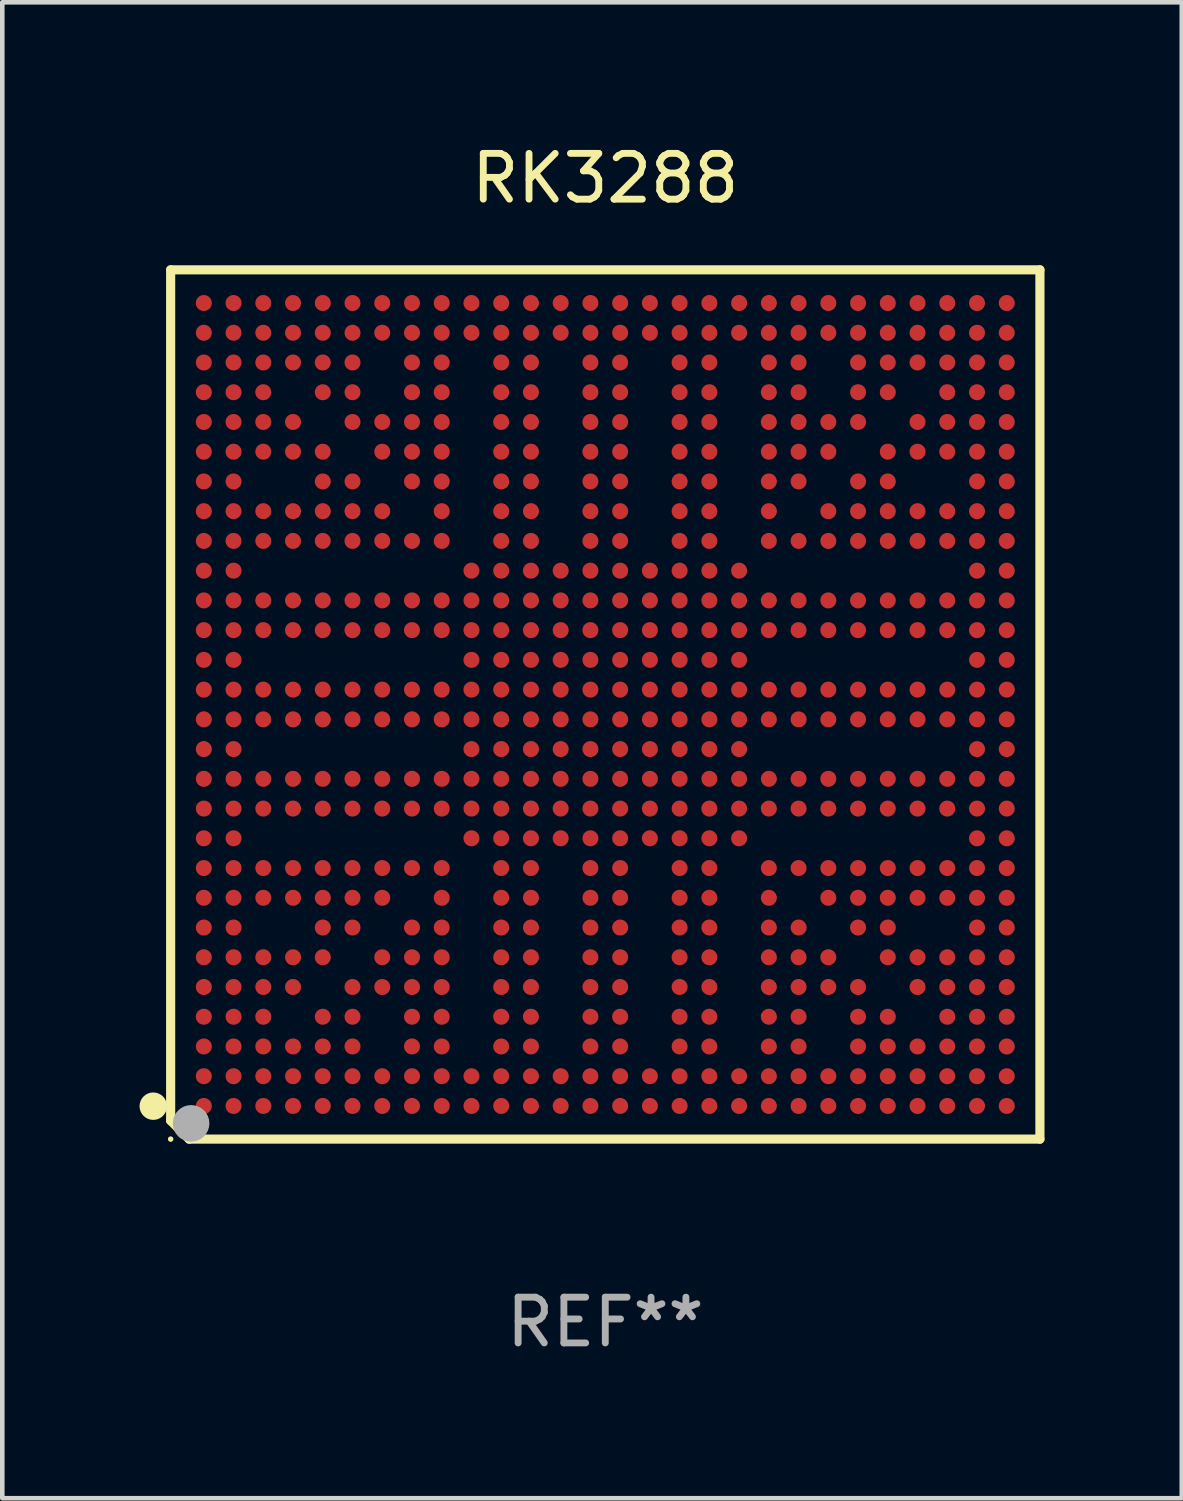
<source format=kicad_pcb>
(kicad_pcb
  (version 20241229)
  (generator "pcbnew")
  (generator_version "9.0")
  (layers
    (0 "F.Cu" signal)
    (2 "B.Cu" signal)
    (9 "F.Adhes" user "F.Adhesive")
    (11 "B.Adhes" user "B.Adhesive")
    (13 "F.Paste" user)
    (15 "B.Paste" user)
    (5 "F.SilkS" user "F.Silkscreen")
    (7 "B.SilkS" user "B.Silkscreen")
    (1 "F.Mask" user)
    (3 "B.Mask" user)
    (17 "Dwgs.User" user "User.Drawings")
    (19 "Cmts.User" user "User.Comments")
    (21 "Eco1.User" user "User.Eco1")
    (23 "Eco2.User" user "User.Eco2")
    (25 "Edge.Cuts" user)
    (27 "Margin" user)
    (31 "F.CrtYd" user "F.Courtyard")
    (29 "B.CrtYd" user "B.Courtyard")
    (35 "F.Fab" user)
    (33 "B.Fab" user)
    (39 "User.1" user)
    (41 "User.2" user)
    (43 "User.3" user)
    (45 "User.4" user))
  (footprint "RK3288"
    (layer "F.Cu")
    (at 10.18 12.348)
    (property "Reference" "RK3288" (at 0 -11.5 0) (layer "F.SilkS") (effects (font (size 1 1) (thickness 0.15))))
    (attr through_hole)
    (fp_line (start -9.5 -9.5) (end -9.5 9.095) (stroke (width 0.2) (type solid)) (layer "F.SilkS"))
    (fp_line (start -9.5 9.095) (end -9.095 9.5) (stroke (width 0.2) (type solid)) (layer "F.SilkS"))
    (fp_line (start -9.095 9.5) (end 9.5 9.5) (stroke (width 0.2) (type solid)) (layer "F.SilkS"))
    (fp_line (start 9.5 -9.5) (end -9.5 -9.5) (stroke (width 0.2) (type solid)) (layer "F.SilkS"))
    (fp_line (start 9.5 9.5) (end 9.5 -9.5) (stroke (width 0.2) (type solid)) (layer "F.SilkS"))
    (fp_circle (center -9.88 8.78) (end -9.73 8.78) (stroke (width 0.3) (type solid)) (fill no) (layer "F.SilkS"))
    (fp_circle (center -9.5 9.5) (end -9.47 9.5) (stroke (width 0.06) (type solid)) (fill no) (layer "F.SilkS"))
    (fp_circle (center -9.053 9.156) (end -8.853 9.156) (stroke (width 0.4) (type solid)) (fill no) (layer "F.Fab"))
    (fp_text user "REF**" (at 0 13.5 0) (layer "F.Fab") (effects (font (size 1 1) (thickness 0.15))))
    (pad "A1" smd circle (at -8.775 8.775) (size 0.35 0.35) (layers "F.Cu" "F.Mask" "F.Paste"))
    (pad "A2" smd circle (at -8.775 8.125) (size 0.35 0.35) (layers "F.Cu" "F.Mask" "F.Paste"))
    (pad "A3" smd circle (at -8.775 7.475) (size 0.35 0.35) (layers "F.Cu" "F.Mask" "F.Paste"))
    (pad "A4" smd circle (at -8.775 6.825) (size 0.35 0.35) (layers "F.Cu" "F.Mask" "F.Paste"))
    (pad "A5" smd circle (at -8.775 6.175) (size 0.35 0.35) (layers "F.Cu" "F.Mask" "F.Paste"))
    (pad "A6" smd circle (at -8.775 5.525) (size 0.35 0.35) (layers "F.Cu" "F.Mask" "F.Paste"))
    (pad "A7" smd circle (at -8.775 4.875) (size 0.35 0.35) (layers "F.Cu" "F.Mask" "F.Paste"))
    (pad "A8" smd circle (at -8.775 4.225) (size 0.35 0.35) (layers "F.Cu" "F.Mask" "F.Paste"))
    (pad "A9" smd circle (at -8.775 3.575) (size 0.35 0.35) (layers "F.Cu" "F.Mask" "F.Paste"))
    (pad "A10" smd circle (at -8.775 2.925) (size 0.35 0.35) (layers "F.Cu" "F.Mask" "F.Paste"))
    (pad "A11" smd circle (at -8.775 2.275) (size 0.35 0.35) (layers "F.Cu" "F.Mask" "F.Paste"))
    (pad "A12" smd circle (at -8.775 1.625) (size 0.35 0.35) (layers "F.Cu" "F.Mask" "F.Paste"))
    (pad "A13" smd circle (at -8.775 0.975) (size 0.35 0.35) (layers "F.Cu" "F.Mask" "F.Paste"))
    (pad "A14" smd circle (at -8.775 0.325) (size 0.35 0.35) (layers "F.Cu" "F.Mask" "F.Paste"))
    (pad "A15" smd circle (at -8.775 -0.325) (size 0.35 0.35) (layers "F.Cu" "F.Mask" "F.Paste"))
    (pad "A16" smd circle (at -8.775 -0.975) (size 0.35 0.35) (layers "F.Cu" "F.Mask" "F.Paste"))
    (pad "A17" smd circle (at -8.775 -1.625) (size 0.35 0.35) (layers "F.Cu" "F.Mask" "F.Paste"))
    (pad "A18" smd circle (at -8.775 -2.275) (size 0.35 0.35) (layers "F.Cu" "F.Mask" "F.Paste"))
    (pad "A19" smd circle (at -8.775 -2.925) (size 0.35 0.35) (layers "F.Cu" "F.Mask" "F.Paste"))
    (pad "A20" smd circle (at -8.775 -3.575) (size 0.35 0.35) (layers "F.Cu" "F.Mask" "F.Paste"))
    (pad "A21" smd circle (at -8.775 -4.225) (size 0.35 0.35) (layers "F.Cu" "F.Mask" "F.Paste"))
    (pad "A22" smd circle (at -8.775 -4.875) (size 0.35 0.35) (layers "F.Cu" "F.Mask" "F.Paste"))
    (pad "A23" smd circle (at -8.775 -5.525) (size 0.35 0.35) (layers "F.Cu" "F.Mask" "F.Paste"))
    (pad "A24" smd circle (at -8.775 -6.175) (size 0.35 0.35) (layers "F.Cu" "F.Mask" "F.Paste"))
    (pad "A25" smd circle (at -8.775 -6.825) (size 0.35 0.35) (layers "F.Cu" "F.Mask" "F.Paste"))
    (pad "A26" smd circle (at -8.775 -7.475) (size 0.35 0.35) (layers "F.Cu" "F.Mask" "F.Paste"))
    (pad "A27" smd circle (at -8.775 -8.125) (size 0.35 0.35) (layers "F.Cu" "F.Mask" "F.Paste"))
    (pad "A28" smd circle (at -8.775 -8.775) (size 0.35 0.35) (layers "F.Cu" "F.Mask" "F.Paste"))
    (pad "AA1" smd circle (at 4.225 8.775) (size 0.35 0.35) (layers "F.Cu" "F.Mask" "F.Paste"))
    (pad "AA2" smd circle (at 4.225 8.125) (size 0.35 0.35) (layers "F.Cu" "F.Mask" "F.Paste"))
    (pad "AA3" smd circle (at 4.225 7.475) (size 0.35 0.35) (layers "F.Cu" "F.Mask" "F.Paste"))
    (pad "AA4" smd circle (at 4.225 6.825) (size 0.35 0.35) (layers "F.Cu" "F.Mask" "F.Paste"))
    (pad "AA5" smd circle (at 4.225 6.175) (size 0.35 0.35) (layers "F.Cu" "F.Mask" "F.Paste"))
    (pad "AA6" smd circle (at 4.225 5.525) (size 0.35 0.35) (layers "F.Cu" "F.Mask" "F.Paste"))
    (pad "AA7" smd circle (at 4.225 4.875) (size 0.35 0.35) (layers "F.Cu" "F.Mask" "F.Paste"))
    (pad "AA9" smd circle (at 4.225 3.575) (size 0.35 0.35) (layers "F.Cu" "F.Mask" "F.Paste"))
    (pad "AA11" smd circle (at 4.225 2.275) (size 0.35 0.35) (layers "F.Cu" "F.Mask" "F.Paste"))
    (pad "AA12" smd circle (at 4.225 1.625) (size 0.35 0.35) (layers "F.Cu" "F.Mask" "F.Paste"))
    (pad "AA14" smd circle (at 4.225 0.325) (size 0.35 0.35) (layers "F.Cu" "F.Mask" "F.Paste"))
    (pad "AA15" smd circle (at 4.225 -0.325) (size 0.35 0.35) (layers "F.Cu" "F.Mask" "F.Paste"))
    (pad "AA17" smd circle (at 4.225 -1.625) (size 0.35 0.35) (layers "F.Cu" "F.Mask" "F.Paste"))
    (pad "AA18" smd circle (at 4.225 -2.275) (size 0.35 0.35) (layers "F.Cu" "F.Mask" "F.Paste"))
    (pad "AA20" smd circle (at 4.225 -3.575) (size 0.35 0.35) (layers "F.Cu" "F.Mask" "F.Paste"))
    (pad "AA22" smd circle (at 4.225 -4.875) (size 0.35 0.35) (layers "F.Cu" "F.Mask" "F.Paste"))
    (pad "AA23" smd circle (at 4.225 -5.525) (size 0.35 0.35) (layers "F.Cu" "F.Mask" "F.Paste"))
    (pad "AA24" smd circle (at 4.225 -6.175) (size 0.35 0.35) (layers "F.Cu" "F.Mask" "F.Paste"))
    (pad "AA25" smd circle (at 4.225 -6.825) (size 0.35 0.35) (layers "F.Cu" "F.Mask" "F.Paste"))
    (pad "AA26" smd circle (at 4.225 -7.475) (size 0.35 0.35) (layers "F.Cu" "F.Mask" "F.Paste"))
    (pad "AA27" smd circle (at 4.225 -8.125) (size 0.35 0.35) (layers "F.Cu" "F.Mask" "F.Paste"))
    (pad "AA28" smd circle (at 4.225 -8.775) (size 0.35 0.35) (layers "F.Cu" "F.Mask" "F.Paste"))
    (pad "AB1" smd circle (at 4.875 8.775) (size 0.35 0.35) (layers "F.Cu" "F.Mask" "F.Paste"))
    (pad "AB2" smd circle (at 4.875 8.125) (size 0.35 0.35) (layers "F.Cu" "F.Mask" "F.Paste"))
    (pad "AB5" smd circle (at 4.875 6.175) (size 0.35 0.35) (layers "F.Cu" "F.Mask" "F.Paste"))
    (pad "AB6" smd circle (at 4.875 5.525) (size 0.35 0.35) (layers "F.Cu" "F.Mask" "F.Paste"))
    (pad "AB8" smd circle (at 4.875 4.225) (size 0.35 0.35) (layers "F.Cu" "F.Mask" "F.Paste"))
    (pad "AB9" smd circle (at 4.875 3.575) (size 0.35 0.35) (layers "F.Cu" "F.Mask" "F.Paste"))
    (pad "AB11" smd circle (at 4.875 2.275) (size 0.35 0.35) (layers "F.Cu" "F.Mask" "F.Paste"))
    (pad "AB12" smd circle (at 4.875 1.625) (size 0.35 0.35) (layers "F.Cu" "F.Mask" "F.Paste"))
    (pad "AB14" smd circle (at 4.875 0.325) (size 0.35 0.35) (layers "F.Cu" "F.Mask" "F.Paste"))
    (pad "AB15" smd circle (at 4.875 -0.325) (size 0.35 0.35) (layers "F.Cu" "F.Mask" "F.Paste"))
    (pad "AB17" smd circle (at 4.875 -1.625) (size 0.35 0.35) (layers "F.Cu" "F.Mask" "F.Paste"))
    (pad "AB18" smd circle (at 4.875 -2.275) (size 0.35 0.35) (layers "F.Cu" "F.Mask" "F.Paste"))
    (pad "AB20" smd circle (at 4.875 -3.575) (size 0.35 0.35) (layers "F.Cu" "F.Mask" "F.Paste"))
    (pad "AB21" smd circle (at 4.875 -4.225) (size 0.35 0.35) (layers "F.Cu" "F.Mask" "F.Paste"))
    (pad "AB23" smd circle (at 4.875 -5.525) (size 0.35 0.35) (layers "F.Cu" "F.Mask" "F.Paste"))
    (pad "AB24" smd circle (at 4.875 -6.175) (size 0.35 0.35) (layers "F.Cu" "F.Mask" "F.Paste"))
    (pad "AB27" smd circle (at 4.875 -8.125) (size 0.35 0.35) (layers "F.Cu" "F.Mask" "F.Paste"))
    (pad "AB28" smd circle (at 4.875 -8.775) (size 0.35 0.35) (layers "F.Cu" "F.Mask" "F.Paste"))
    (pad "AC1" smd circle (at 5.525 8.775) (size 0.35 0.35) (layers "F.Cu" "F.Mask" "F.Paste"))
    (pad "AC2" smd circle (at 5.525 8.125) (size 0.35 0.35) (layers "F.Cu" "F.Mask" "F.Paste"))
    (pad "AC3" smd circle (at 5.525 7.475) (size 0.35 0.35) (layers "F.Cu" "F.Mask" "F.Paste"))
    (pad "AC4" smd circle (at 5.525 6.825) (size 0.35 0.35) (layers "F.Cu" "F.Mask" "F.Paste"))
    (pad "AC5" smd circle (at 5.525 6.175) (size 0.35 0.35) (layers "F.Cu" "F.Mask" "F.Paste"))
    (pad "AC7" smd circle (at 5.525 4.875) (size 0.35 0.35) (layers "F.Cu" "F.Mask" "F.Paste"))
    (pad "AC8" smd circle (at 5.525 4.225) (size 0.35 0.35) (layers "F.Cu" "F.Mask" "F.Paste"))
    (pad "AC9" smd circle (at 5.525 3.575) (size 0.35 0.35) (layers "F.Cu" "F.Mask" "F.Paste"))
    (pad "AC11" smd circle (at 5.525 2.275) (size 0.35 0.35) (layers "F.Cu" "F.Mask" "F.Paste"))
    (pad "AC12" smd circle (at 5.525 1.625) (size 0.35 0.35) (layers "F.Cu" "F.Mask" "F.Paste"))
    (pad "AC14" smd circle (at 5.525 0.325) (size 0.35 0.35) (layers "F.Cu" "F.Mask" "F.Paste"))
    (pad "AC15" smd circle (at 5.525 -0.325) (size 0.35 0.35) (layers "F.Cu" "F.Mask" "F.Paste"))
    (pad "AC17" smd circle (at 5.525 -1.625) (size 0.35 0.35) (layers "F.Cu" "F.Mask" "F.Paste"))
    (pad "AC18" smd circle (at 5.525 -2.275) (size 0.35 0.35) (layers "F.Cu" "F.Mask" "F.Paste"))
    (pad "AC20" smd circle (at 5.525 -3.575) (size 0.35 0.35) (layers "F.Cu" "F.Mask" "F.Paste"))
    (pad "AC21" smd circle (at 5.525 -4.225) (size 0.35 0.35) (layers "F.Cu" "F.Mask" "F.Paste"))
    (pad "AC22" smd circle (at 5.525 -4.875) (size 0.35 0.35) (layers "F.Cu" "F.Mask" "F.Paste"))
    (pad "AC24" smd circle (at 5.525 -6.175) (size 0.35 0.35) (layers "F.Cu" "F.Mask" "F.Paste"))
    (pad "AC25" smd circle (at 5.525 -6.825) (size 0.35 0.35) (layers "F.Cu" "F.Mask" "F.Paste"))
    (pad "AC26" smd circle (at 5.525 -7.475) (size 0.35 0.35) (layers "F.Cu" "F.Mask" "F.Paste"))
    (pad "AC27" smd circle (at 5.525 -8.125) (size 0.35 0.35) (layers "F.Cu" "F.Mask" "F.Paste"))
    (pad "AC28" smd circle (at 5.525 -8.775) (size 0.35 0.35) (layers "F.Cu" "F.Mask" "F.Paste"))
    (pad "AD1" smd circle (at 6.175 8.775) (size 0.35 0.35) (layers "F.Cu" "F.Mask" "F.Paste"))
    (pad "AD2" smd circle (at 6.175 8.125) (size 0.35 0.35) (layers "F.Cu" "F.Mask" "F.Paste"))
    (pad "AD3" smd circle (at 6.175 7.475) (size 0.35 0.35) (layers "F.Cu" "F.Mask" "F.Paste"))
    (pad "AD4" smd circle (at 6.175 6.825) (size 0.35 0.35) (layers "F.Cu" "F.Mask" "F.Paste"))
    (pad "AD6" smd circle (at 6.175 5.525) (size 0.35 0.35) (layers "F.Cu" "F.Mask" "F.Paste"))
    (pad "AD7" smd circle (at 6.175 4.875) (size 0.35 0.35) (layers "F.Cu" "F.Mask" "F.Paste"))
    (pad "AD8" smd circle (at 6.175 4.225) (size 0.35 0.35) (layers "F.Cu" "F.Mask" "F.Paste"))
    (pad "AD9" smd circle (at 6.175 3.575) (size 0.35 0.35) (layers "F.Cu" "F.Mask" "F.Paste"))
    (pad "AD11" smd circle (at 6.175 2.275) (size 0.35 0.35) (layers "F.Cu" "F.Mask" "F.Paste"))
    (pad "AD12" smd circle (at 6.175 1.625) (size 0.35 0.35) (layers "F.Cu" "F.Mask" "F.Paste"))
    (pad "AD14" smd circle (at 6.175 0.325) (size 0.35 0.35) (layers "F.Cu" "F.Mask" "F.Paste"))
    (pad "AD15" smd circle (at 6.175 -0.325) (size 0.35 0.35) (layers "F.Cu" "F.Mask" "F.Paste"))
    (pad "AD17" smd circle (at 6.175 -1.625) (size 0.35 0.35) (layers "F.Cu" "F.Mask" "F.Paste"))
    (pad "AD18" smd circle (at 6.175 -2.275) (size 0.35 0.35) (layers "F.Cu" "F.Mask" "F.Paste"))
    (pad "AD20" smd circle (at 6.175 -3.575) (size 0.35 0.35) (layers "F.Cu" "F.Mask" "F.Paste"))
    (pad "AD21" smd circle (at 6.175 -4.225) (size 0.35 0.35) (layers "F.Cu" "F.Mask" "F.Paste"))
    (pad "AD22" smd circle (at 6.175 -4.875) (size 0.35 0.35) (layers "F.Cu" "F.Mask" "F.Paste"))
    (pad "AD23" smd circle (at 6.175 -5.525) (size 0.35 0.35) (layers "F.Cu" "F.Mask" "F.Paste"))
    (pad "AD25" smd circle (at 6.175 -6.825) (size 0.35 0.35) (layers "F.Cu" "F.Mask" "F.Paste"))
    (pad "AD26" smd circle (at 6.175 -7.475) (size 0.35 0.35) (layers "F.Cu" "F.Mask" "F.Paste"))
    (pad "AD27" smd circle (at 6.175 -8.125) (size 0.35 0.35) (layers "F.Cu" "F.Mask" "F.Paste"))
    (pad "AD28" smd circle (at 6.175 -8.775) (size 0.35 0.35) (layers "F.Cu" "F.Mask" "F.Paste"))
    (pad "AE1" smd circle (at 6.825 8.775) (size 0.35 0.35) (layers "F.Cu" "F.Mask" "F.Paste"))
    (pad "AE2" smd circle (at 6.825 8.125) (size 0.35 0.35) (layers "F.Cu" "F.Mask" "F.Paste"))
    (pad "AE3" smd circle (at 6.825 7.475) (size 0.35 0.35) (layers "F.Cu" "F.Mask" "F.Paste"))
    (pad "AE5" smd circle (at 6.825 6.175) (size 0.35 0.35) (layers "F.Cu" "F.Mask" "F.Paste"))
    (pad "AE6" smd circle (at 6.825 5.525) (size 0.35 0.35) (layers "F.Cu" "F.Mask" "F.Paste"))
    (pad "AE8" smd circle (at 6.825 4.225) (size 0.35 0.35) (layers "F.Cu" "F.Mask" "F.Paste"))
    (pad "AE9" smd circle (at 6.825 3.575) (size 0.35 0.35) (layers "F.Cu" "F.Mask" "F.Paste"))
    (pad "AE11" smd circle (at 6.825 2.275) (size 0.35 0.35) (layers "F.Cu" "F.Mask" "F.Paste"))
    (pad "AE12" smd circle (at 6.825 1.625) (size 0.35 0.35) (layers "F.Cu" "F.Mask" "F.Paste"))
    (pad "AE14" smd circle (at 6.825 0.325) (size 0.35 0.35) (layers "F.Cu" "F.Mask" "F.Paste"))
    (pad "AE15" smd circle (at 6.825 -0.325) (size 0.35 0.35) (layers "F.Cu" "F.Mask" "F.Paste"))
    (pad "AE17" smd circle (at 6.825 -1.625) (size 0.35 0.35) (layers "F.Cu" "F.Mask" "F.Paste"))
    (pad "AE18" smd circle (at 6.825 -2.275) (size 0.35 0.35) (layers "F.Cu" "F.Mask" "F.Paste"))
    (pad "AE20" smd circle (at 6.825 -3.575) (size 0.35 0.35) (layers "F.Cu" "F.Mask" "F.Paste"))
    (pad "AE21" smd circle (at 6.825 -4.225) (size 0.35 0.35) (layers "F.Cu" "F.Mask" "F.Paste"))
    (pad "AE23" smd circle (at 6.825 -5.525) (size 0.35 0.35) (layers "F.Cu" "F.Mask" "F.Paste"))
    (pad "AE24" smd circle (at 6.825 -6.175) (size 0.35 0.35) (layers "F.Cu" "F.Mask" "F.Paste"))
    (pad "AE26" smd circle (at 6.825 -7.475) (size 0.35 0.35) (layers "F.Cu" "F.Mask" "F.Paste"))
    (pad "AE27" smd circle (at 6.825 -8.125) (size 0.35 0.35) (layers "F.Cu" "F.Mask" "F.Paste"))
    (pad "AE28" smd circle (at 6.825 -8.775) (size 0.35 0.35) (layers "F.Cu" "F.Mask" "F.Paste"))
    (pad "AF1" smd circle (at 7.475 8.775) (size 0.35 0.35) (layers "F.Cu" "F.Mask" "F.Paste"))
    (pad "AF2" smd circle (at 7.475 8.125) (size 0.35 0.35) (layers "F.Cu" "F.Mask" "F.Paste"))
    (pad "AF3" smd circle (at 7.475 7.475) (size 0.35 0.35) (layers "F.Cu" "F.Mask" "F.Paste"))
    (pad "AF4" smd circle (at 7.475 6.825) (size 0.35 0.35) (layers "F.Cu" "F.Mask" "F.Paste"))
    (pad "AF5" smd circle (at 7.475 6.175) (size 0.35 0.35) (layers "F.Cu" "F.Mask" "F.Paste"))
    (pad "AF6" smd circle (at 7.475 5.525) (size 0.35 0.35) (layers "F.Cu" "F.Mask" "F.Paste"))
    (pad "AF8" smd circle (at 7.475 4.225) (size 0.35 0.35) (layers "F.Cu" "F.Mask" "F.Paste"))
    (pad "AF9" smd circle (at 7.475 3.575) (size 0.35 0.35) (layers "F.Cu" "F.Mask" "F.Paste"))
    (pad "AF11" smd circle (at 7.475 2.275) (size 0.35 0.35) (layers "F.Cu" "F.Mask" "F.Paste"))
    (pad "AF12" smd circle (at 7.475 1.625) (size 0.35 0.35) (layers "F.Cu" "F.Mask" "F.Paste"))
    (pad "AF14" smd circle (at 7.475 0.325) (size 0.35 0.35) (layers "F.Cu" "F.Mask" "F.Paste"))
    (pad "AF15" smd circle (at 7.475 -0.325) (size 0.35 0.35) (layers "F.Cu" "F.Mask" "F.Paste"))
    (pad "AF17" smd circle (at 7.475 -1.625) (size 0.35 0.35) (layers "F.Cu" "F.Mask" "F.Paste"))
    (pad "AF18" smd circle (at 7.475 -2.275) (size 0.35 0.35) (layers "F.Cu" "F.Mask" "F.Paste"))
    (pad "AF20" smd circle (at 7.475 -3.575) (size 0.35 0.35) (layers "F.Cu" "F.Mask" "F.Paste"))
    (pad "AF21" smd circle (at 7.475 -4.225) (size 0.35 0.35) (layers "F.Cu" "F.Mask" "F.Paste"))
    (pad "AF23" smd circle (at 7.475 -5.525) (size 0.35 0.35) (layers "F.Cu" "F.Mask" "F.Paste"))
    (pad "AF24" smd circle (at 7.475 -6.175) (size 0.35 0.35) (layers "F.Cu" "F.Mask" "F.Paste"))
    (pad "AF25" smd circle (at 7.475 -6.825) (size 0.35 0.35) (layers "F.Cu" "F.Mask" "F.Paste"))
    (pad "AF26" smd circle (at 7.475 -7.475) (size 0.35 0.35) (layers "F.Cu" "F.Mask" "F.Paste"))
    (pad "AF27" smd circle (at 7.475 -8.125) (size 0.35 0.35) (layers "F.Cu" "F.Mask" "F.Paste"))
    (pad "AF28" smd circle (at 7.475 -8.775) (size 0.35 0.35) (layers "F.Cu" "F.Mask" "F.Paste"))
    (pad "AG1" smd circle (at 8.125 8.775) (size 0.35 0.35) (layers "F.Cu" "F.Mask" "F.Paste"))
    (pad "AG2" smd circle (at 8.125 8.125) (size 0.35 0.35) (layers "F.Cu" "F.Mask" "F.Paste"))
    (pad "AG3" smd circle (at 8.125 7.475) (size 0.35 0.35) (layers "F.Cu" "F.Mask" "F.Paste"))
    (pad "AG4" smd circle (at 8.125 6.825) (size 0.35 0.35) (layers "F.Cu" "F.Mask" "F.Paste"))
    (pad "AG5" smd circle (at 8.125 6.175) (size 0.35 0.35) (layers "F.Cu" "F.Mask" "F.Paste"))
    (pad "AG6" smd circle (at 8.125 5.525) (size 0.35 0.35) (layers "F.Cu" "F.Mask" "F.Paste"))
    (pad "AG7" smd circle (at 8.125 4.875) (size 0.35 0.35) (layers "F.Cu" "F.Mask" "F.Paste"))
    (pad "AG8" smd circle (at 8.125 4.225) (size 0.35 0.35) (layers "F.Cu" "F.Mask" "F.Paste"))
    (pad "AG9" smd circle (at 8.125 3.575) (size 0.35 0.35) (layers "F.Cu" "F.Mask" "F.Paste"))
    (pad "AG10" smd circle (at 8.125 2.925) (size 0.35 0.35) (layers "F.Cu" "F.Mask" "F.Paste"))
    (pad "AG11" smd circle (at 8.125 2.275) (size 0.35 0.35) (layers "F.Cu" "F.Mask" "F.Paste"))
    (pad "AG12" smd circle (at 8.125 1.625) (size 0.35 0.35) (layers "F.Cu" "F.Mask" "F.Paste"))
    (pad "AG13" smd circle (at 8.125 0.975) (size 0.35 0.35) (layers "F.Cu" "F.Mask" "F.Paste"))
    (pad "AG14" smd circle (at 8.125 0.325) (size 0.35 0.35) (layers "F.Cu" "F.Mask" "F.Paste"))
    (pad "AG15" smd circle (at 8.125 -0.325) (size 0.35 0.35) (layers "F.Cu" "F.Mask" "F.Paste"))
    (pad "AG16" smd circle (at 8.125 -0.975) (size 0.35 0.35) (layers "F.Cu" "F.Mask" "F.Paste"))
    (pad "AG17" smd circle (at 8.125 -1.625) (size 0.35 0.35) (layers "F.Cu" "F.Mask" "F.Paste"))
    (pad "AG18" smd circle (at 8.125 -2.275) (size 0.35 0.35) (layers "F.Cu" "F.Mask" "F.Paste"))
    (pad "AG19" smd circle (at 8.125 -2.925) (size 0.35 0.35) (layers "F.Cu" "F.Mask" "F.Paste"))
    (pad "AG20" smd circle (at 8.125 -3.575) (size 0.35 0.35) (layers "F.Cu" "F.Mask" "F.Paste"))
    (pad "AG21" smd circle (at 8.125 -4.225) (size 0.35 0.35) (layers "F.Cu" "F.Mask" "F.Paste"))
    (pad "AG22" smd circle (at 8.125 -4.875) (size 0.35 0.35) (layers "F.Cu" "F.Mask" "F.Paste"))
    (pad "AG23" smd circle (at 8.125 -5.525) (size 0.35 0.35) (layers "F.Cu" "F.Mask" "F.Paste"))
    (pad "AG24" smd circle (at 8.125 -6.175) (size 0.35 0.35) (layers "F.Cu" "F.Mask" "F.Paste"))
    (pad "AG25" smd circle (at 8.125 -6.825) (size 0.35 0.35) (layers "F.Cu" "F.Mask" "F.Paste"))
    (pad "AG26" smd circle (at 8.125 -7.475) (size 0.35 0.35) (layers "F.Cu" "F.Mask" "F.Paste"))
    (pad "AG27" smd circle (at 8.125 -8.125) (size 0.35 0.35) (layers "F.Cu" "F.Mask" "F.Paste"))
    (pad "AG28" smd circle (at 8.125 -8.775) (size 0.35 0.35) (layers "F.Cu" "F.Mask" "F.Paste"))
    (pad "AH1" smd circle (at 8.775 8.775) (size 0.35 0.35) (layers "F.Cu" "F.Mask" "F.Paste"))
    (pad "AH2" smd circle (at 8.775 8.125) (size 0.35 0.35) (layers "F.Cu" "F.Mask" "F.Paste"))
    (pad "AH3" smd circle (at 8.775 7.475) (size 0.35 0.35) (layers "F.Cu" "F.Mask" "F.Paste"))
    (pad "AH4" smd circle (at 8.775 6.825) (size 0.35 0.35) (layers "F.Cu" "F.Mask" "F.Paste"))
    (pad "AH5" smd circle (at 8.775 6.175) (size 0.35 0.35) (layers "F.Cu" "F.Mask" "F.Paste"))
    (pad "AH6" smd circle (at 8.775 5.525) (size 0.35 0.35) (layers "F.Cu" "F.Mask" "F.Paste"))
    (pad "AH7" smd circle (at 8.775 4.875) (size 0.35 0.35) (layers "F.Cu" "F.Mask" "F.Paste"))
    (pad "AH8" smd circle (at 8.775 4.225) (size 0.35 0.35) (layers "F.Cu" "F.Mask" "F.Paste"))
    (pad "AH9" smd circle (at 8.775 3.575) (size 0.35 0.35) (layers "F.Cu" "F.Mask" "F.Paste"))
    (pad "AH10" smd circle (at 8.775 2.925) (size 0.35 0.35) (layers "F.Cu" "F.Mask" "F.Paste"))
    (pad "AH11" smd circle (at 8.775 2.275) (size 0.35 0.35) (layers "F.Cu" "F.Mask" "F.Paste"))
    (pad "AH12" smd circle (at 8.775 1.625) (size 0.35 0.35) (layers "F.Cu" "F.Mask" "F.Paste"))
    (pad "AH13" smd circle (at 8.775 0.975) (size 0.35 0.35) (layers "F.Cu" "F.Mask" "F.Paste"))
    (pad "AH14" smd circle (at 8.775 0.325) (size 0.35 0.35) (layers "F.Cu" "F.Mask" "F.Paste"))
    (pad "AH15" smd circle (at 8.775 -0.325) (size 0.35 0.35) (layers "F.Cu" "F.Mask" "F.Paste"))
    (pad "AH16" smd circle (at 8.775 -0.975) (size 0.35 0.35) (layers "F.Cu" "F.Mask" "F.Paste"))
    (pad "AH17" smd circle (at 8.775 -1.625) (size 0.35 0.35) (layers "F.Cu" "F.Mask" "F.Paste"))
    (pad "AH18" smd circle (at 8.775 -2.275) (size 0.35 0.35) (layers "F.Cu" "F.Mask" "F.Paste"))
    (pad "AH19" smd circle (at 8.775 -2.925) (size 0.35 0.35) (layers "F.Cu" "F.Mask" "F.Paste"))
    (pad "AH20" smd circle (at 8.775 -3.575) (size 0.35 0.35) (layers "F.Cu" "F.Mask" "F.Paste"))
    (pad "AH21" smd circle (at 8.775 -4.225) (size 0.35 0.35) (layers "F.Cu" "F.Mask" "F.Paste"))
    (pad "AH22" smd circle (at 8.775 -4.875) (size 0.35 0.35) (layers "F.Cu" "F.Mask" "F.Paste"))
    (pad "AH23" smd circle (at 8.775 -5.525) (size 0.35 0.35) (layers "F.Cu" "F.Mask" "F.Paste"))
    (pad "AH24" smd circle (at 8.775 -6.175) (size 0.35 0.35) (layers "F.Cu" "F.Mask" "F.Paste"))
    (pad "AH25" smd circle (at 8.775 -6.825) (size 0.35 0.35) (layers "F.Cu" "F.Mask" "F.Paste"))
    (pad "AH26" smd circle (at 8.775 -7.475) (size 0.35 0.35) (layers "F.Cu" "F.Mask" "F.Paste"))
    (pad "AH27" smd circle (at 8.775 -8.125) (size 0.35 0.35) (layers "F.Cu" "F.Mask" "F.Paste"))
    (pad "AH28" smd circle (at 8.775 -8.775) (size 0.35 0.35) (layers "F.Cu" "F.Mask" "F.Paste"))
    (pad "B1" smd circle (at -8.125 8.775) (size 0.35 0.35) (layers "F.Cu" "F.Mask" "F.Paste"))
    (pad "B2" smd circle (at -8.125 8.125) (size 0.35 0.35) (layers "F.Cu" "F.Mask" "F.Paste"))
    (pad "B3" smd circle (at -8.125 7.475) (size 0.35 0.35) (layers "F.Cu" "F.Mask" "F.Paste"))
    (pad "B4" smd circle (at -8.125 6.825) (size 0.35 0.35) (layers "F.Cu" "F.Mask" "F.Paste"))
    (pad "B5" smd circle (at -8.125 6.175) (size 0.35 0.35) (layers "F.Cu" "F.Mask" "F.Paste"))
    (pad "B6" smd circle (at -8.125 5.525) (size 0.35 0.35) (layers "F.Cu" "F.Mask" "F.Paste"))
    (pad "B7" smd circle (at -8.125 4.875) (size 0.35 0.35) (layers "F.Cu" "F.Mask" "F.Paste"))
    (pad "B8" smd circle (at -8.125 4.225) (size 0.35 0.35) (layers "F.Cu" "F.Mask" "F.Paste"))
    (pad "B9" smd circle (at -8.125 3.575) (size 0.35 0.35) (layers "F.Cu" "F.Mask" "F.Paste"))
    (pad "B10" smd circle (at -8.125 2.925) (size 0.35 0.35) (layers "F.Cu" "F.Mask" "F.Paste"))
    (pad "B11" smd circle (at -8.125 2.275) (size 0.35 0.35) (layers "F.Cu" "F.Mask" "F.Paste"))
    (pad "B12" smd circle (at -8.125 1.625) (size 0.35 0.35) (layers "F.Cu" "F.Mask" "F.Paste"))
    (pad "B13" smd circle (at -8.125 0.975) (size 0.35 0.35) (layers "F.Cu" "F.Mask" "F.Paste"))
    (pad "B14" smd circle (at -8.125 0.325) (size 0.35 0.35) (layers "F.Cu" "F.Mask" "F.Paste"))
    (pad "B15" smd circle (at -8.125 -0.325) (size 0.35 0.35) (layers "F.Cu" "F.Mask" "F.Paste"))
    (pad "B16" smd circle (at -8.125 -0.975) (size 0.35 0.35) (layers "F.Cu" "F.Mask" "F.Paste"))
    (pad "B17" smd circle (at -8.125 -1.625) (size 0.35 0.35) (layers "F.Cu" "F.Mask" "F.Paste"))
    (pad "B18" smd circle (at -8.125 -2.275) (size 0.35 0.35) (layers "F.Cu" "F.Mask" "F.Paste"))
    (pad "B19" smd circle (at -8.125 -2.925) (size 0.35 0.35) (layers "F.Cu" "F.Mask" "F.Paste"))
    (pad "B20" smd circle (at -8.125 -3.575) (size 0.35 0.35) (layers "F.Cu" "F.Mask" "F.Paste"))
    (pad "B21" smd circle (at -8.125 -4.225) (size 0.35 0.35) (layers "F.Cu" "F.Mask" "F.Paste"))
    (pad "B22" smd circle (at -8.125 -4.875) (size 0.35 0.35) (layers "F.Cu" "F.Mask" "F.Paste"))
    (pad "B23" smd circle (at -8.125 -5.525) (size 0.35 0.35) (layers "F.Cu" "F.Mask" "F.Paste"))
    (pad "B24" smd circle (at -8.125 -6.175) (size 0.35 0.35) (layers "F.Cu" "F.Mask" "F.Paste"))
    (pad "B25" smd circle (at -8.125 -6.825) (size 0.35 0.35) (layers "F.Cu" "F.Mask" "F.Paste"))
    (pad "B26" smd circle (at -8.125 -7.475) (size 0.35 0.35) (layers "F.Cu" "F.Mask" "F.Paste"))
    (pad "B27" smd circle (at -8.125 -8.125) (size 0.35 0.35) (layers "F.Cu" "F.Mask" "F.Paste"))
    (pad "B28" smd circle (at -8.125 -8.775) (size 0.35 0.35) (layers "F.Cu" "F.Mask" "F.Paste"))
    (pad "C1" smd circle (at -7.475 8.775) (size 0.35 0.35) (layers "F.Cu" "F.Mask" "F.Paste"))
    (pad "C2" smd circle (at -7.475 8.125) (size 0.35 0.35) (layers "F.Cu" "F.Mask" "F.Paste"))
    (pad "C3" smd circle (at -7.475 7.475) (size 0.35 0.35) (layers "F.Cu" "F.Mask" "F.Paste"))
    (pad "C4" smd circle (at -7.475 6.825) (size 0.35 0.35) (layers "F.Cu" "F.Mask" "F.Paste"))
    (pad "C5" smd circle (at -7.475 6.175) (size 0.35 0.35) (layers "F.Cu" "F.Mask" "F.Paste"))
    (pad "C6" smd circle (at -7.475 5.525) (size 0.35 0.35) (layers "F.Cu" "F.Mask" "F.Paste"))
    (pad "C8" smd circle (at -7.475 4.225) (size 0.35 0.35) (layers "F.Cu" "F.Mask" "F.Paste"))
    (pad "C9" smd circle (at -7.475 3.575) (size 0.35 0.35) (layers "F.Cu" "F.Mask" "F.Paste"))
    (pad "C11" smd circle (at -7.475 2.275) (size 0.35 0.35) (layers "F.Cu" "F.Mask" "F.Paste"))
    (pad "C12" smd circle (at -7.475 1.625) (size 0.35 0.35) (layers "F.Cu" "F.Mask" "F.Paste"))
    (pad "C14" smd circle (at -7.475 0.325) (size 0.35 0.35) (layers "F.Cu" "F.Mask" "F.Paste"))
    (pad "C15" smd circle (at -7.475 -0.325) (size 0.35 0.35) (layers "F.Cu" "F.Mask" "F.Paste"))
    (pad "C17" smd circle (at -7.475 -1.625) (size 0.35 0.35) (layers "F.Cu" "F.Mask" "F.Paste"))
    (pad "C18" smd circle (at -7.475 -2.275) (size 0.35 0.35) (layers "F.Cu" "F.Mask" "F.Paste"))
    (pad "C20" smd circle (at -7.475 -3.575) (size 0.35 0.35) (layers "F.Cu" "F.Mask" "F.Paste"))
    (pad "C21" smd circle (at -7.475 -4.225) (size 0.35 0.35) (layers "F.Cu" "F.Mask" "F.Paste"))
    (pad "C23" smd circle (at -7.475 -5.525) (size 0.35 0.35) (layers "F.Cu" "F.Mask" "F.Paste"))
    (pad "C24" smd circle (at -7.475 -6.175) (size 0.35 0.35) (layers "F.Cu" "F.Mask" "F.Paste"))
    (pad "C25" smd circle (at -7.475 -6.825) (size 0.35 0.35) (layers "F.Cu" "F.Mask" "F.Paste"))
    (pad "C26" smd circle (at -7.475 -7.475) (size 0.35 0.35) (layers "F.Cu" "F.Mask" "F.Paste"))
    (pad "C27" smd circle (at -7.475 -8.125) (size 0.35 0.35) (layers "F.Cu" "F.Mask" "F.Paste"))
    (pad "C28" smd circle (at -7.475 -8.775) (size 0.35 0.35) (layers "F.Cu" "F.Mask" "F.Paste"))
    (pad "D1" smd circle (at -6.825 8.775) (size 0.35 0.35) (layers "F.Cu" "F.Mask" "F.Paste"))
    (pad "D2" smd circle (at -6.825 8.125) (size 0.35 0.35) (layers "F.Cu" "F.Mask" "F.Paste"))
    (pad "D3" smd circle (at -6.825 7.475) (size 0.35 0.35) (layers "F.Cu" "F.Mask" "F.Paste"))
    (pad "D5" smd circle (at -6.825 6.175) (size 0.35 0.35) (layers "F.Cu" "F.Mask" "F.Paste"))
    (pad "D6" smd circle (at -6.825 5.525) (size 0.35 0.35) (layers "F.Cu" "F.Mask" "F.Paste"))
    (pad "D8" smd circle (at -6.825 4.225) (size 0.35 0.35) (layers "F.Cu" "F.Mask" "F.Paste"))
    (pad "D9" smd circle (at -6.825 3.575) (size 0.35 0.35) (layers "F.Cu" "F.Mask" "F.Paste"))
    (pad "D11" smd circle (at -6.825 2.275) (size 0.35 0.35) (layers "F.Cu" "F.Mask" "F.Paste"))
    (pad "D12" smd circle (at -6.825 1.625) (size 0.35 0.35) (layers "F.Cu" "F.Mask" "F.Paste"))
    (pad "D14" smd circle (at -6.825 0.325) (size 0.35 0.35) (layers "F.Cu" "F.Mask" "F.Paste"))
    (pad "D15" smd circle (at -6.825 -0.325) (size 0.35 0.35) (layers "F.Cu" "F.Mask" "F.Paste"))
    (pad "D17" smd circle (at -6.825 -1.625) (size 0.35 0.35) (layers "F.Cu" "F.Mask" "F.Paste"))
    (pad "D18" smd circle (at -6.825 -2.275) (size 0.35 0.35) (layers "F.Cu" "F.Mask" "F.Paste"))
    (pad "D20" smd circle (at -6.825 -3.575) (size 0.35 0.35) (layers "F.Cu" "F.Mask" "F.Paste"))
    (pad "D21" smd circle (at -6.825 -4.225) (size 0.35 0.35) (layers "F.Cu" "F.Mask" "F.Paste"))
    (pad "D23" smd circle (at -6.825 -5.525) (size 0.35 0.35) (layers "F.Cu" "F.Mask" "F.Paste"))
    (pad "D24" smd circle (at -6.825 -6.175) (size 0.35 0.35) (layers "F.Cu" "F.Mask" "F.Paste"))
    (pad "D26" smd circle (at -6.825 -7.475) (size 0.35 0.35) (layers "F.Cu" "F.Mask" "F.Paste"))
    (pad "D27" smd circle (at -6.825 -8.125) (size 0.35 0.35) (layers "F.Cu" "F.Mask" "F.Paste"))
    (pad "D28" smd circle (at -6.825 -8.775) (size 0.35 0.35) (layers "F.Cu" "F.Mask" "F.Paste"))
    (pad "E1" smd circle (at -6.175 8.775) (size 0.35 0.35) (layers "F.Cu" "F.Mask" "F.Paste"))
    (pad "E2" smd circle (at -6.175 8.125) (size 0.35 0.35) (layers "F.Cu" "F.Mask" "F.Paste"))
    (pad "E3" smd circle (at -6.175 7.475) (size 0.35 0.35) (layers "F.Cu" "F.Mask" "F.Paste"))
    (pad "E4" smd circle (at -6.175 6.825) (size 0.35 0.35) (layers "F.Cu" "F.Mask" "F.Paste"))
    (pad "E6" smd circle (at -6.175 5.525) (size 0.35 0.35) (layers "F.Cu" "F.Mask" "F.Paste"))
    (pad "E7" smd circle (at -6.175 4.875) (size 0.35 0.35) (layers "F.Cu" "F.Mask" "F.Paste"))
    (pad "E8" smd circle (at -6.175 4.225) (size 0.35 0.35) (layers "F.Cu" "F.Mask" "F.Paste"))
    (pad "E9" smd circle (at -6.175 3.575) (size 0.35 0.35) (layers "F.Cu" "F.Mask" "F.Paste"))
    (pad "E11" smd circle (at -6.175 2.275) (size 0.35 0.35) (layers "F.Cu" "F.Mask" "F.Paste"))
    (pad "E12" smd circle (at -6.175 1.625) (size 0.35 0.35) (layers "F.Cu" "F.Mask" "F.Paste"))
    (pad "E14" smd circle (at -6.175 0.325) (size 0.35 0.35) (layers "F.Cu" "F.Mask" "F.Paste"))
    (pad "E15" smd circle (at -6.175 -0.325) (size 0.35 0.35) (layers "F.Cu" "F.Mask" "F.Paste"))
    (pad "E17" smd circle (at -6.175 -1.625) (size 0.35 0.35) (layers "F.Cu" "F.Mask" "F.Paste"))
    (pad "E18" smd circle (at -6.175 -2.275) (size 0.35 0.35) (layers "F.Cu" "F.Mask" "F.Paste"))
    (pad "E20" smd circle (at -6.175 -3.575) (size 0.35 0.35) (layers "F.Cu" "F.Mask" "F.Paste"))
    (pad "E21" smd circle (at -6.175 -4.225) (size 0.35 0.35) (layers "F.Cu" "F.Mask" "F.Paste"))
    (pad "E22" smd circle (at -6.175 -4.875) (size 0.35 0.35) (layers "F.Cu" "F.Mask" "F.Paste"))
    (pad "E23" smd circle (at -6.175 -5.525) (size 0.35 0.35) (layers "F.Cu" "F.Mask" "F.Paste"))
    (pad "E25" smd circle (at -6.175 -6.825) (size 0.35 0.35) (layers "F.Cu" "F.Mask" "F.Paste"))
    (pad "E26" smd circle (at -6.175 -7.475) (size 0.35 0.35) (layers "F.Cu" "F.Mask" "F.Paste"))
    (pad "E27" smd circle (at -6.175 -8.125) (size 0.35 0.35) (layers "F.Cu" "F.Mask" "F.Paste"))
    (pad "E28" smd circle (at -6.175 -8.775) (size 0.35 0.35) (layers "F.Cu" "F.Mask" "F.Paste"))
    (pad "F1" smd circle (at -5.525 8.775) (size 0.35 0.35) (layers "F.Cu" "F.Mask" "F.Paste"))
    (pad "F2" smd circle (at -5.525 8.125) (size 0.35 0.35) (layers "F.Cu" "F.Mask" "F.Paste"))
    (pad "F3" smd circle (at -5.525 7.475) (size 0.35 0.35) (layers "F.Cu" "F.Mask" "F.Paste"))
    (pad "F4" smd circle (at -5.525 6.825) (size 0.35 0.35) (layers "F.Cu" "F.Mask" "F.Paste"))
    (pad "F5" smd circle (at -5.525 6.175) (size 0.35 0.35) (layers "F.Cu" "F.Mask" "F.Paste"))
    (pad "F7" smd circle (at -5.525 4.875) (size 0.35 0.35) (layers "F.Cu" "F.Mask" "F.Paste"))
    (pad "F8" smd circle (at -5.525 4.225) (size 0.35 0.35) (layers "F.Cu" "F.Mask" "F.Paste"))
    (pad "F9" smd circle (at -5.525 3.575) (size 0.35 0.35) (layers "F.Cu" "F.Mask" "F.Paste"))
    (pad "F11" smd circle (at -5.525 2.275) (size 0.35 0.35) (layers "F.Cu" "F.Mask" "F.Paste"))
    (pad "F12" smd circle (at -5.525 1.625) (size 0.35 0.35) (layers "F.Cu" "F.Mask" "F.Paste"))
    (pad "F14" smd circle (at -5.525 0.325) (size 0.35 0.35) (layers "F.Cu" "F.Mask" "F.Paste"))
    (pad "F15" smd circle (at -5.525 -0.325) (size 0.35 0.35) (layers "F.Cu" "F.Mask" "F.Paste"))
    (pad "F17" smd circle (at -5.525 -1.625) (size 0.35 0.35) (layers "F.Cu" "F.Mask" "F.Paste"))
    (pad "F18" smd circle (at -5.525 -2.275) (size 0.35 0.35) (layers "F.Cu" "F.Mask" "F.Paste"))
    (pad "F20" smd circle (at -5.525 -3.575) (size 0.35 0.35) (layers "F.Cu" "F.Mask" "F.Paste"))
    (pad "F21" smd circle (at -5.525 -4.225) (size 0.35 0.35) (layers "F.Cu" "F.Mask" "F.Paste"))
    (pad "F22" smd circle (at -5.525 -4.875) (size 0.35 0.35) (layers "F.Cu" "F.Mask" "F.Paste"))
    (pad "F24" smd circle (at -5.525 -6.175) (size 0.35 0.35) (layers "F.Cu" "F.Mask" "F.Paste"))
    (pad "F25" smd circle (at -5.525 -6.825) (size 0.35 0.35) (layers "F.Cu" "F.Mask" "F.Paste"))
    (pad "F26" smd circle (at -5.525 -7.475) (size 0.35 0.35) (layers "F.Cu" "F.Mask" "F.Paste"))
    (pad "F27" smd circle (at -5.525 -8.125) (size 0.35 0.35) (layers "F.Cu" "F.Mask" "F.Paste"))
    (pad "F28" smd circle (at -5.525 -8.775) (size 0.35 0.35) (layers "F.Cu" "F.Mask" "F.Paste"))
    (pad "G1" smd circle (at -4.875 8.775) (size 0.35 0.35) (layers "F.Cu" "F.Mask" "F.Paste"))
    (pad "G2" smd circle (at -4.875 8.125) (size 0.35 0.35) (layers "F.Cu" "F.Mask" "F.Paste"))
    (pad "G5" smd circle (at -4.875 6.175) (size 0.35 0.35) (layers "F.Cu" "F.Mask" "F.Paste"))
    (pad "G6" smd circle (at -4.875 5.525) (size 0.35 0.35) (layers "F.Cu" "F.Mask" "F.Paste"))
    (pad "G8" smd circle (at -4.875 4.225) (size 0.35 0.35) (layers "F.Cu" "F.Mask" "F.Paste"))
    (pad "G9" smd circle (at -4.875 3.575) (size 0.35 0.35) (layers "F.Cu" "F.Mask" "F.Paste"))
    (pad "G11" smd circle (at -4.875 2.275) (size 0.35 0.35) (layers "F.Cu" "F.Mask" "F.Paste"))
    (pad "G12" smd circle (at -4.875 1.625) (size 0.35 0.35) (layers "F.Cu" "F.Mask" "F.Paste"))
    (pad "G14" smd circle (at -4.875 0.325) (size 0.35 0.35) (layers "F.Cu" "F.Mask" "F.Paste"))
    (pad "G15" smd circle (at -4.875 -0.325) (size 0.35 0.35) (layers "F.Cu" "F.Mask" "F.Paste"))
    (pad "G17" smd circle (at -4.875 -1.625) (size 0.35 0.35) (layers "F.Cu" "F.Mask" "F.Paste"))
    (pad "G18" smd circle (at -4.875 -2.275) (size 0.35 0.35) (layers "F.Cu" "F.Mask" "F.Paste"))
    (pad "G20" smd circle (at -4.875 -3.575) (size 0.35 0.35) (layers "F.Cu" "F.Mask" "F.Paste"))
    (pad "G21" smd circle (at -4.875 -4.225) (size 0.35 0.35) (layers "F.Cu" "F.Mask" "F.Paste"))
    (pad "G23" smd circle (at -4.875 -5.525) (size 0.35 0.35) (layers "F.Cu" "F.Mask" "F.Paste"))
    (pad "G24" smd circle (at -4.875 -6.175) (size 0.35 0.35) (layers "F.Cu" "F.Mask" "F.Paste"))
    (pad "G27" smd circle (at -4.875 -8.125) (size 0.35 0.35) (layers "F.Cu" "F.Mask" "F.Paste"))
    (pad "G28" smd circle (at -4.875 -8.775) (size 0.35 0.35) (layers "F.Cu" "F.Mask" "F.Paste"))
    (pad "H1" smd circle (at -4.225 8.775) (size 0.35 0.35) (layers "F.Cu" "F.Mask" "F.Paste"))
    (pad "H2" smd circle (at -4.225 8.125) (size 0.35 0.35) (layers "F.Cu" "F.Mask" "F.Paste"))
    (pad "H3" smd circle (at -4.225 7.475) (size 0.35 0.35) (layers "F.Cu" "F.Mask" "F.Paste"))
    (pad "H4" smd circle (at -4.225 6.825) (size 0.35 0.35) (layers "F.Cu" "F.Mask" "F.Paste"))
    (pad "H5" smd circle (at -4.225 6.175) (size 0.35 0.35) (layers "F.Cu" "F.Mask" "F.Paste"))
    (pad "H6" smd circle (at -4.225 5.525) (size 0.35 0.35) (layers "F.Cu" "F.Mask" "F.Paste"))
    (pad "H7" smd circle (at -4.225 4.875) (size 0.35 0.35) (layers "F.Cu" "F.Mask" "F.Paste"))
    (pad "H9" smd circle (at -4.225 3.575) (size 0.35 0.35) (layers "F.Cu" "F.Mask" "F.Paste"))
    (pad "H11" smd circle (at -4.225 2.275) (size 0.35 0.35) (layers "F.Cu" "F.Mask" "F.Paste"))
    (pad "H12" smd circle (at -4.225 1.625) (size 0.35 0.35) (layers "F.Cu" "F.Mask" "F.Paste"))
    (pad "H14" smd circle (at -4.225 0.325) (size 0.35 0.35) (layers "F.Cu" "F.Mask" "F.Paste"))
    (pad "H15" smd circle (at -4.225 -0.325) (size 0.35 0.35) (layers "F.Cu" "F.Mask" "F.Paste"))
    (pad "H17" smd circle (at -4.225 -1.625) (size 0.35 0.35) (layers "F.Cu" "F.Mask" "F.Paste"))
    (pad "H18" smd circle (at -4.225 -2.275) (size 0.35 0.35) (layers "F.Cu" "F.Mask" "F.Paste"))
    (pad "H20" smd circle (at -4.225 -3.575) (size 0.35 0.35) (layers "F.Cu" "F.Mask" "F.Paste"))
    (pad "H22" smd circle (at -4.225 -4.875) (size 0.35 0.35) (layers "F.Cu" "F.Mask" "F.Paste"))
    (pad "H23" smd circle (at -4.225 -5.525) (size 0.35 0.35) (layers "F.Cu" "F.Mask" "F.Paste"))
    (pad "H24" smd circle (at -4.225 -6.175) (size 0.35 0.35) (layers "F.Cu" "F.Mask" "F.Paste"))
    (pad "H25" smd circle (at -4.225 -6.825) (size 0.35 0.35) (layers "F.Cu" "F.Mask" "F.Paste"))
    (pad "H26" smd circle (at -4.225 -7.475) (size 0.35 0.35) (layers "F.Cu" "F.Mask" "F.Paste"))
    (pad "H27" smd circle (at -4.225 -8.125) (size 0.35 0.35) (layers "F.Cu" "F.Mask" "F.Paste"))
    (pad "H28" smd circle (at -4.225 -8.775) (size 0.35 0.35) (layers "F.Cu" "F.Mask" "F.Paste"))
    (pad "J1" smd circle (at -3.575 8.775) (size 0.35 0.35) (layers "F.Cu" "F.Mask" "F.Paste"))
    (pad "J2" smd circle (at -3.575 8.125) (size 0.35 0.35) (layers "F.Cu" "F.Mask" "F.Paste"))
    (pad "J3" smd circle (at -3.575 7.475) (size 0.35 0.35) (layers "F.Cu" "F.Mask" "F.Paste"))
    (pad "J4" smd circle (at -3.575 6.825) (size 0.35 0.35) (layers "F.Cu" "F.Mask" "F.Paste"))
    (pad "J5" smd circle (at -3.575 6.175) (size 0.35 0.35) (layers "F.Cu" "F.Mask" "F.Paste"))
    (pad "J6" smd circle (at -3.575 5.525) (size 0.35 0.35) (layers "F.Cu" "F.Mask" "F.Paste"))
    (pad "J7" smd circle (at -3.575 4.875) (size 0.35 0.35) (layers "F.Cu" "F.Mask" "F.Paste"))
    (pad "J8" smd circle (at -3.575 4.225) (size 0.35 0.35) (layers "F.Cu" "F.Mask" "F.Paste"))
    (pad "J9" smd circle (at -3.575 3.575) (size 0.35 0.35) (layers "F.Cu" "F.Mask" "F.Paste"))
    (pad "J11" smd circle (at -3.575 2.275) (size 0.35 0.35) (layers "F.Cu" "F.Mask" "F.Paste"))
    (pad "J12" smd circle (at -3.575 1.625) (size 0.35 0.35) (layers "F.Cu" "F.Mask" "F.Paste"))
    (pad "J14" smd circle (at -3.575 0.325) (size 0.35 0.35) (layers "F.Cu" "F.Mask" "F.Paste"))
    (pad "J15" smd circle (at -3.575 -0.325) (size 0.35 0.35) (layers "F.Cu" "F.Mask" "F.Paste"))
    (pad "J17" smd circle (at -3.575 -1.625) (size 0.35 0.35) (layers "F.Cu" "F.Mask" "F.Paste"))
    (pad "J18" smd circle (at -3.575 -2.275) (size 0.35 0.35) (layers "F.Cu" "F.Mask" "F.Paste"))
    (pad "J20" smd circle (at -3.575 -3.575) (size 0.35 0.35) (layers "F.Cu" "F.Mask" "F.Paste"))
    (pad "J21" smd circle (at -3.575 -4.225) (size 0.35 0.35) (layers "F.Cu" "F.Mask" "F.Paste"))
    (pad "J22" smd circle (at -3.575 -4.875) (size 0.35 0.35) (layers "F.Cu" "F.Mask" "F.Paste"))
    (pad "J23" smd circle (at -3.575 -5.525) (size 0.35 0.35) (layers "F.Cu" "F.Mask" "F.Paste"))
    (pad "J24" smd circle (at -3.575 -6.175) (size 0.35 0.35) (layers "F.Cu" "F.Mask" "F.Paste"))
    (pad "J25" smd circle (at -3.575 -6.825) (size 0.35 0.35) (layers "F.Cu" "F.Mask" "F.Paste"))
    (pad "J26" smd circle (at -3.575 -7.475) (size 0.35 0.35) (layers "F.Cu" "F.Mask" "F.Paste"))
    (pad "J27" smd circle (at -3.575 -8.125) (size 0.35 0.35) (layers "F.Cu" "F.Mask" "F.Paste"))
    (pad "J28" smd circle (at -3.575 -8.775) (size 0.35 0.35) (layers "F.Cu" "F.Mask" "F.Paste"))
    (pad "K1" smd circle (at -2.925 8.775) (size 0.35 0.35) (layers "F.Cu" "F.Mask" "F.Paste"))
    (pad "K2" smd circle (at -2.925 8.125) (size 0.35 0.35) (layers "F.Cu" "F.Mask" "F.Paste"))
    (pad "K10" smd circle (at -2.925 2.925) (size 0.35 0.35) (layers "F.Cu" "F.Mask" "F.Paste"))
    (pad "K11" smd circle (at -2.925 2.275) (size 0.35 0.35) (layers "F.Cu" "F.Mask" "F.Paste"))
    (pad "K12" smd circle (at -2.925 1.625) (size 0.35 0.35) (layers "F.Cu" "F.Mask" "F.Paste"))
    (pad "K13" smd circle (at -2.925 0.975) (size 0.35 0.35) (layers "F.Cu" "F.Mask" "F.Paste"))
    (pad "K14" smd circle (at -2.925 0.325) (size 0.35 0.35) (layers "F.Cu" "F.Mask" "F.Paste"))
    (pad "K15" smd circle (at -2.925 -0.325) (size 0.35 0.35) (layers "F.Cu" "F.Mask" "F.Paste"))
    (pad "K16" smd circle (at -2.925 -0.975) (size 0.35 0.35) (layers "F.Cu" "F.Mask" "F.Paste"))
    (pad "K17" smd circle (at -2.925 -1.625) (size 0.35 0.35) (layers "F.Cu" "F.Mask" "F.Paste"))
    (pad "K18" smd circle (at -2.925 -2.275) (size 0.35 0.35) (layers "F.Cu" "F.Mask" "F.Paste"))
    (pad "K19" smd circle (at -2.925 -2.925) (size 0.35 0.35) (layers "F.Cu" "F.Mask" "F.Paste"))
    (pad "K27" smd circle (at -2.925 -8.125) (size 0.35 0.35) (layers "F.Cu" "F.Mask" "F.Paste"))
    (pad "K28" smd circle (at -2.925 -8.775) (size 0.35 0.35) (layers "F.Cu" "F.Mask" "F.Paste"))
    (pad "L1" smd circle (at -2.275 8.775) (size 0.35 0.35) (layers "F.Cu" "F.Mask" "F.Paste"))
    (pad "L2" smd circle (at -2.275 8.125) (size 0.35 0.35) (layers "F.Cu" "F.Mask" "F.Paste"))
    (pad "L3" smd circle (at -2.275 7.475) (size 0.35 0.35) (layers "F.Cu" "F.Mask" "F.Paste"))
    (pad "L4" smd circle (at -2.275 6.825) (size 0.35 0.35) (layers "F.Cu" "F.Mask" "F.Paste"))
    (pad "L5" smd circle (at -2.275 6.175) (size 0.35 0.35) (layers "F.Cu" "F.Mask" "F.Paste"))
    (pad "L6" smd circle (at -2.275 5.525) (size 0.35 0.35) (layers "F.Cu" "F.Mask" "F.Paste"))
    (pad "L7" smd circle (at -2.275 4.875) (size 0.35 0.35) (layers "F.Cu" "F.Mask" "F.Paste"))
    (pad "L8" smd circle (at -2.275 4.225) (size 0.35 0.35) (layers "F.Cu" "F.Mask" "F.Paste"))
    (pad "L9" smd circle (at -2.275 3.575) (size 0.35 0.35) (layers "F.Cu" "F.Mask" "F.Paste"))
    (pad "L10" smd circle (at -2.275 2.925) (size 0.35 0.35) (layers "F.Cu" "F.Mask" "F.Paste"))
    (pad "L11" smd circle (at -2.275 2.275) (size 0.35 0.35) (layers "F.Cu" "F.Mask" "F.Paste"))
    (pad "L12" smd circle (at -2.275 1.625) (size 0.35 0.35) (layers "F.Cu" "F.Mask" "F.Paste"))
    (pad "L13" smd circle (at -2.275 0.975) (size 0.35 0.35) (layers "F.Cu" "F.Mask" "F.Paste"))
    (pad "L14" smd circle (at -2.275 0.325) (size 0.35 0.35) (layers "F.Cu" "F.Mask" "F.Paste"))
    (pad "L15" smd circle (at -2.275 -0.325) (size 0.35 0.35) (layers "F.Cu" "F.Mask" "F.Paste"))
    (pad "L16" smd circle (at -2.275 -0.975) (size 0.35 0.35) (layers "F.Cu" "F.Mask" "F.Paste"))
    (pad "L17" smd circle (at -2.275 -1.625) (size 0.35 0.35) (layers "F.Cu" "F.Mask" "F.Paste"))
    (pad "L18" smd circle (at -2.275 -2.275) (size 0.35 0.35) (layers "F.Cu" "F.Mask" "F.Paste"))
    (pad "L19" smd circle (at -2.275 -2.925) (size 0.35 0.35) (layers "F.Cu" "F.Mask" "F.Paste"))
    (pad "L20" smd circle (at -2.275 -3.575) (size 0.35 0.35) (layers "F.Cu" "F.Mask" "F.Paste"))
    (pad "L21" smd circle (at -2.275 -4.225) (size 0.35 0.35) (layers "F.Cu" "F.Mask" "F.Paste"))
    (pad "L22" smd circle (at -2.275 -4.875) (size 0.35 0.35) (layers "F.Cu" "F.Mask" "F.Paste"))
    (pad "L23" smd circle (at -2.275 -5.525) (size 0.35 0.35) (layers "F.Cu" "F.Mask" "F.Paste"))
    (pad "L24" smd circle (at -2.275 -6.175) (size 0.35 0.35) (layers "F.Cu" "F.Mask" "F.Paste"))
    (pad "L25" smd circle (at -2.275 -6.825) (size 0.35 0.35) (layers "F.Cu" "F.Mask" "F.Paste"))
    (pad "L26" smd circle (at -2.275 -7.475) (size 0.35 0.35) (layers "F.Cu" "F.Mask" "F.Paste"))
    (pad "L27" smd circle (at -2.275 -8.125) (size 0.35 0.35) (layers "F.Cu" "F.Mask" "F.Paste"))
    (pad "L28" smd circle (at -2.275 -8.775) (size 0.35 0.35) (layers "F.Cu" "F.Mask" "F.Paste"))
    (pad "M1" smd circle (at -1.625 8.775) (size 0.35 0.35) (layers "F.Cu" "F.Mask" "F.Paste"))
    (pad "M2" smd circle (at -1.625 8.125) (size 0.35 0.35) (layers "F.Cu" "F.Mask" "F.Paste"))
    (pad "M3" smd circle (at -1.625 7.475) (size 0.35 0.35) (layers "F.Cu" "F.Mask" "F.Paste"))
    (pad "M4" smd circle (at -1.625 6.825) (size 0.35 0.35) (layers "F.Cu" "F.Mask" "F.Paste"))
    (pad "M5" smd circle (at -1.625 6.175) (size 0.35 0.35) (layers "F.Cu" "F.Mask" "F.Paste"))
    (pad "M6" smd circle (at -1.625 5.525) (size 0.35 0.35) (layers "F.Cu" "F.Mask" "F.Paste"))
    (pad "M7" smd circle (at -1.625 4.875) (size 0.35 0.35) (layers "F.Cu" "F.Mask" "F.Paste"))
    (pad "M8" smd circle (at -1.625 4.225) (size 0.35 0.35) (layers "F.Cu" "F.Mask" "F.Paste"))
    (pad "M9" smd circle (at -1.625 3.575) (size 0.35 0.35) (layers "F.Cu" "F.Mask" "F.Paste"))
    (pad "M10" smd circle (at -1.625 2.925) (size 0.35 0.35) (layers "F.Cu" "F.Mask" "F.Paste"))
    (pad "M11" smd circle (at -1.625 2.275) (size 0.35 0.35) (layers "F.Cu" "F.Mask" "F.Paste"))
    (pad "M12" smd circle (at -1.625 1.625) (size 0.35 0.35) (layers "F.Cu" "F.Mask" "F.Paste"))
    (pad "M13" smd circle (at -1.625 0.975) (size 0.35 0.35) (layers "F.Cu" "F.Mask" "F.Paste"))
    (pad "M14" smd circle (at -1.625 0.325) (size 0.35 0.35) (layers "F.Cu" "F.Mask" "F.Paste"))
    (pad "M15" smd circle (at -1.625 -0.325) (size 0.35 0.35) (layers "F.Cu" "F.Mask" "F.Paste"))
    (pad "M16" smd circle (at -1.625 -0.975) (size 0.35 0.35) (layers "F.Cu" "F.Mask" "F.Paste"))
    (pad "M17" smd circle (at -1.625 -1.625) (size 0.35 0.35) (layers "F.Cu" "F.Mask" "F.Paste"))
    (pad "M18" smd circle (at -1.625 -2.275) (size 0.35 0.35) (layers "F.Cu" "F.Mask" "F.Paste"))
    (pad "M19" smd circle (at -1.625 -2.925) (size 0.35 0.35) (layers "F.Cu" "F.Mask" "F.Paste"))
    (pad "M20" smd circle (at -1.625 -3.575) (size 0.35 0.35) (layers "F.Cu" "F.Mask" "F.Paste"))
    (pad "M21" smd circle (at -1.625 -4.225) (size 0.35 0.35) (layers "F.Cu" "F.Mask" "F.Paste"))
    (pad "M22" smd circle (at -1.625 -4.875) (size 0.35 0.35) (layers "F.Cu" "F.Mask" "F.Paste"))
    (pad "M23" smd circle (at -1.625 -5.525) (size 0.35 0.35) (layers "F.Cu" "F.Mask" "F.Paste"))
    (pad "M24" smd circle (at -1.625 -6.175) (size 0.35 0.35) (layers "F.Cu" "F.Mask" "F.Paste"))
    (pad "M25" smd circle (at -1.625 -6.825) (size 0.35 0.35) (layers "F.Cu" "F.Mask" "F.Paste"))
    (pad "M26" smd circle (at -1.625 -7.475) (size 0.35 0.35) (layers "F.Cu" "F.Mask" "F.Paste"))
    (pad "M27" smd circle (at -1.625 -8.125) (size 0.35 0.35) (layers "F.Cu" "F.Mask" "F.Paste"))
    (pad "M28" smd circle (at -1.625 -8.775) (size 0.35 0.35) (layers "F.Cu" "F.Mask" "F.Paste"))
    (pad "N1" smd circle (at -0.975 8.775) (size 0.35 0.35) (layers "F.Cu" "F.Mask" "F.Paste"))
    (pad "N2" smd circle (at -0.975 8.125) (size 0.35 0.35) (layers "F.Cu" "F.Mask" "F.Paste"))
    (pad "N10" smd circle (at -0.975 2.925) (size 0.35 0.35) (layers "F.Cu" "F.Mask" "F.Paste"))
    (pad "N11" smd circle (at -0.975 2.275) (size 0.35 0.35) (layers "F.Cu" "F.Mask" "F.Paste"))
    (pad "N12" smd circle (at -0.975 1.625) (size 0.35 0.35) (layers "F.Cu" "F.Mask" "F.Paste"))
    (pad "N13" smd circle (at -0.975 0.975) (size 0.35 0.35) (layers "F.Cu" "F.Mask" "F.Paste"))
    (pad "N14" smd circle (at -0.975 0.325) (size 0.35 0.35) (layers "F.Cu" "F.Mask" "F.Paste"))
    (pad "N15" smd circle (at -0.975 -0.325) (size 0.35 0.35) (layers "F.Cu" "F.Mask" "F.Paste"))
    (pad "N16" smd circle (at -0.975 -0.975) (size 0.35 0.35) (layers "F.Cu" "F.Mask" "F.Paste"))
    (pad "N17" smd circle (at -0.975 -1.625) (size 0.35 0.35) (layers "F.Cu" "F.Mask" "F.Paste"))
    (pad "N18" smd circle (at -0.975 -2.275) (size 0.35 0.35) (layers "F.Cu" "F.Mask" "F.Paste"))
    (pad "N19" smd circle (at -0.975 -2.925) (size 0.35 0.35) (layers "F.Cu" "F.Mask" "F.Paste"))
    (pad "N27" smd circle (at -0.975 -8.125) (size 0.35 0.35) (layers "F.Cu" "F.Mask" "F.Paste"))
    (pad "N28" smd circle (at -0.975 -8.775) (size 0.35 0.35) (layers "F.Cu" "F.Mask" "F.Paste"))
    (pad "P1" smd circle (at -0.325 8.775) (size 0.35 0.35) (layers "F.Cu" "F.Mask" "F.Paste"))
    (pad "P2" smd circle (at -0.325 8.125) (size 0.35 0.35) (layers "F.Cu" "F.Mask" "F.Paste"))
    (pad "P3" smd circle (at -0.325 7.475) (size 0.35 0.35) (layers "F.Cu" "F.Mask" "F.Paste"))
    (pad "P4" smd circle (at -0.325 6.825) (size 0.35 0.35) (layers "F.Cu" "F.Mask" "F.Paste"))
    (pad "P5" smd circle (at -0.325 6.175) (size 0.35 0.35) (layers "F.Cu" "F.Mask" "F.Paste"))
    (pad "P6" smd circle (at -0.325 5.525) (size 0.35 0.35) (layers "F.Cu" "F.Mask" "F.Paste"))
    (pad "P7" smd circle (at -0.325 4.875) (size 0.35 0.35) (layers "F.Cu" "F.Mask" "F.Paste"))
    (pad "P8" smd circle (at -0.325 4.225) (size 0.35 0.35) (layers "F.Cu" "F.Mask" "F.Paste"))
    (pad "P9" smd circle (at -0.325 3.575) (size 0.35 0.35) (layers "F.Cu" "F.Mask" "F.Paste"))
    (pad "P10" smd circle (at -0.325 2.925) (size 0.35 0.35) (layers "F.Cu" "F.Mask" "F.Paste"))
    (pad "P11" smd circle (at -0.325 2.275) (size 0.35 0.35) (layers "F.Cu" "F.Mask" "F.Paste"))
    (pad "P12" smd circle (at -0.325 1.625) (size 0.35 0.35) (layers "F.Cu" "F.Mask" "F.Paste"))
    (pad "P13" smd circle (at -0.325 0.975) (size 0.35 0.35) (layers "F.Cu" "F.Mask" "F.Paste"))
    (pad "P14" smd circle (at -0.325 0.325) (size 0.35 0.35) (layers "F.Cu" "F.Mask" "F.Paste"))
    (pad "P15" smd circle (at -0.325 -0.325) (size 0.35 0.35) (layers "F.Cu" "F.Mask" "F.Paste"))
    (pad "P16" smd circle (at -0.325 -0.975) (size 0.35 0.35) (layers "F.Cu" "F.Mask" "F.Paste"))
    (pad "P17" smd circle (at -0.325 -1.625) (size 0.35 0.35) (layers "F.Cu" "F.Mask" "F.Paste"))
    (pad "P18" smd circle (at -0.325 -2.275) (size 0.35 0.35) (layers "F.Cu" "F.Mask" "F.Paste"))
    (pad "P19" smd circle (at -0.325 -2.925) (size 0.35 0.35) (layers "F.Cu" "F.Mask" "F.Paste"))
    (pad "P20" smd circle (at -0.325 -3.575) (size 0.35 0.35) (layers "F.Cu" "F.Mask" "F.Paste"))
    (pad "P21" smd circle (at -0.325 -4.225) (size 0.35 0.35) (layers "F.Cu" "F.Mask" "F.Paste"))
    (pad "P22" smd circle (at -0.325 -4.875) (size 0.35 0.35) (layers "F.Cu" "F.Mask" "F.Paste"))
    (pad "P23" smd circle (at -0.325 -5.525) (size 0.35 0.35) (layers "F.Cu" "F.Mask" "F.Paste"))
    (pad "P24" smd circle (at -0.325 -6.175) (size 0.35 0.35) (layers "F.Cu" "F.Mask" "F.Paste"))
    (pad "P25" smd circle (at -0.325 -6.825) (size 0.35 0.35) (layers "F.Cu" "F.Mask" "F.Paste"))
    (pad "P26" smd circle (at -0.325 -7.475) (size 0.35 0.35) (layers "F.Cu" "F.Mask" "F.Paste"))
    (pad "P27" smd circle (at -0.325 -8.125) (size 0.35 0.35) (layers "F.Cu" "F.Mask" "F.Paste"))
    (pad "P28" smd circle (at -0.325 -8.775) (size 0.35 0.35) (layers "F.Cu" "F.Mask" "F.Paste"))
    (pad "R1" smd circle (at 0.325 8.775) (size 0.35 0.35) (layers "F.Cu" "F.Mask" "F.Paste"))
    (pad "R2" smd circle (at 0.325 8.125) (size 0.35 0.35) (layers "F.Cu" "F.Mask" "F.Paste"))
    (pad "R3" smd circle (at 0.325 7.475) (size 0.35 0.35) (layers "F.Cu" "F.Mask" "F.Paste"))
    (pad "R4" smd circle (at 0.325 6.825) (size 0.35 0.35) (layers "F.Cu" "F.Mask" "F.Paste"))
    (pad "R5" smd circle (at 0.325 6.175) (size 0.35 0.35) (layers "F.Cu" "F.Mask" "F.Paste"))
    (pad "R6" smd circle (at 0.325 5.525) (size 0.35 0.35) (layers "F.Cu" "F.Mask" "F.Paste"))
    (pad "R7" smd circle (at 0.325 4.875) (size 0.35 0.35) (layers "F.Cu" "F.Mask" "F.Paste"))
    (pad "R8" smd circle (at 0.325 4.225) (size 0.35 0.35) (layers "F.Cu" "F.Mask" "F.Paste"))
    (pad "R9" smd circle (at 0.325 3.575) (size 0.35 0.35) (layers "F.Cu" "F.Mask" "F.Paste"))
    (pad "R10" smd circle (at 0.325 2.925) (size 0.35 0.35) (layers "F.Cu" "F.Mask" "F.Paste"))
    (pad "R11" smd circle (at 0.325 2.275) (size 0.35 0.35) (layers "F.Cu" "F.Mask" "F.Paste"))
    (pad "R12" smd circle (at 0.325 1.625) (size 0.35 0.35) (layers "F.Cu" "F.Mask" "F.Paste"))
    (pad "R13" smd circle (at 0.325 0.975) (size 0.35 0.35) (layers "F.Cu" "F.Mask" "F.Paste"))
    (pad "R14" smd circle (at 0.325 0.325) (size 0.35 0.35) (layers "F.Cu" "F.Mask" "F.Paste"))
    (pad "R15" smd circle (at 0.325 -0.325) (size 0.35 0.35) (layers "F.Cu" "F.Mask" "F.Paste"))
    (pad "R16" smd circle (at 0.325 -0.975) (size 0.35 0.35) (layers "F.Cu" "F.Mask" "F.Paste"))
    (pad "R17" smd circle (at 0.325 -1.625) (size 0.35 0.35) (layers "F.Cu" "F.Mask" "F.Paste"))
    (pad "R18" smd circle (at 0.325 -2.275) (size 0.35 0.35) (layers "F.Cu" "F.Mask" "F.Paste"))
    (pad "R19" smd circle (at 0.325 -2.925) (size 0.35 0.35) (layers "F.Cu" "F.Mask" "F.Paste"))
    (pad "R20" smd circle (at 0.325 -3.575) (size 0.35 0.35) (layers "F.Cu" "F.Mask" "F.Paste"))
    (pad "R21" smd circle (at 0.325 -4.225) (size 0.35 0.35) (layers "F.Cu" "F.Mask" "F.Paste"))
    (pad "R22" smd circle (at 0.325 -4.875) (size 0.35 0.35) (layers "F.Cu" "F.Mask" "F.Paste"))
    (pad "R23" smd circle (at 0.325 -5.525) (size 0.35 0.35) (layers "F.Cu" "F.Mask" "F.Paste"))
    (pad "R24" smd circle (at 0.325 -6.175) (size 0.35 0.35) (layers "F.Cu" "F.Mask" "F.Paste"))
    (pad "R25" smd circle (at 0.325 -6.825) (size 0.35 0.35) (layers "F.Cu" "F.Mask" "F.Paste"))
    (pad "R26" smd circle (at 0.325 -7.475) (size 0.35 0.35) (layers "F.Cu" "F.Mask" "F.Paste"))
    (pad "R27" smd circle (at 0.325 -8.125) (size 0.35 0.35) (layers "F.Cu" "F.Mask" "F.Paste"))
    (pad "R28" smd circle (at 0.325 -8.775) (size 0.35 0.35) (layers "F.Cu" "F.Mask" "F.Paste"))
    (pad "T1" smd circle (at 0.975 8.775) (size 0.35 0.35) (layers "F.Cu" "F.Mask" "F.Paste"))
    (pad "T2" smd circle (at 0.975 8.125) (size 0.35 0.35) (layers "F.Cu" "F.Mask" "F.Paste"))
    (pad "T10" smd circle (at 0.975 2.925) (size 0.35 0.35) (layers "F.Cu" "F.Mask" "F.Paste"))
    (pad "T11" smd circle (at 0.975 2.275) (size 0.35 0.35) (layers "F.Cu" "F.Mask" "F.Paste"))
    (pad "T12" smd circle (at 0.975 1.625) (size 0.35 0.35) (layers "F.Cu" "F.Mask" "F.Paste"))
    (pad "T13" smd circle (at 0.975 0.975) (size 0.35 0.35) (layers "F.Cu" "F.Mask" "F.Paste"))
    (pad "T14" smd circle (at 0.975 0.325) (size 0.35 0.35) (layers "F.Cu" "F.Mask" "F.Paste"))
    (pad "T15" smd circle (at 0.975 -0.325) (size 0.35 0.35) (layers "F.Cu" "F.Mask" "F.Paste"))
    (pad "T16" smd circle (at 0.975 -0.975) (size 0.35 0.35) (layers "F.Cu" "F.Mask" "F.Paste"))
    (pad "T17" smd circle (at 0.975 -1.625) (size 0.35 0.35) (layers "F.Cu" "F.Mask" "F.Paste"))
    (pad "T18" smd circle (at 0.975 -2.275) (size 0.35 0.35) (layers "F.Cu" "F.Mask" "F.Paste"))
    (pad "T19" smd circle (at 0.975 -2.925) (size 0.35 0.35) (layers "F.Cu" "F.Mask" "F.Paste"))
    (pad "T27" smd circle (at 0.975 -8.125) (size 0.35 0.35) (layers "F.Cu" "F.Mask" "F.Paste"))
    (pad "T28" smd circle (at 0.975 -8.775) (size 0.35 0.35) (layers "F.Cu" "F.Mask" "F.Paste"))
    (pad "U1" smd circle (at 1.625 8.775) (size 0.35 0.35) (layers "F.Cu" "F.Mask" "F.Paste"))
    (pad "U2" smd circle (at 1.625 8.125) (size 0.35 0.35) (layers "F.Cu" "F.Mask" "F.Paste"))
    (pad "U3" smd circle (at 1.625 7.475) (size 0.35 0.35) (layers "F.Cu" "F.Mask" "F.Paste"))
    (pad "U4" smd circle (at 1.625 6.825) (size 0.35 0.35) (layers "F.Cu" "F.Mask" "F.Paste"))
    (pad "U5" smd circle (at 1.625 6.175) (size 0.35 0.35) (layers "F.Cu" "F.Mask" "F.Paste"))
    (pad "U6" smd circle (at 1.625 5.525) (size 0.35 0.35) (layers "F.Cu" "F.Mask" "F.Paste"))
    (pad "U7" smd circle (at 1.625 4.875) (size 0.35 0.35) (layers "F.Cu" "F.Mask" "F.Paste"))
    (pad "U8" smd circle (at 1.625 4.225) (size 0.35 0.35) (layers "F.Cu" "F.Mask" "F.Paste"))
    (pad "U9" smd circle (at 1.625 3.575) (size 0.35 0.35) (layers "F.Cu" "F.Mask" "F.Paste"))
    (pad "U10" smd circle (at 1.625 2.925) (size 0.35 0.35) (layers "F.Cu" "F.Mask" "F.Paste"))
    (pad "U11" smd circle (at 1.625 2.275) (size 0.35 0.35) (layers "F.Cu" "F.Mask" "F.Paste"))
    (pad "U12" smd circle (at 1.625 1.625) (size 0.35 0.35) (layers "F.Cu" "F.Mask" "F.Paste"))
    (pad "U13" smd circle (at 1.625 0.975) (size 0.35 0.35) (layers "F.Cu" "F.Mask" "F.Paste"))
    (pad "U14" smd circle (at 1.625 0.325) (size 0.35 0.35) (layers "F.Cu" "F.Mask" "F.Paste"))
    (pad "U15" smd circle (at 1.625 -0.325) (size 0.35 0.35) (layers "F.Cu" "F.Mask" "F.Paste"))
    (pad "U16" smd circle (at 1.625 -0.975) (size 0.35 0.35) (layers "F.Cu" "F.Mask" "F.Paste"))
    (pad "U17" smd circle (at 1.625 -1.625) (size 0.35 0.35) (layers "F.Cu" "F.Mask" "F.Paste"))
    (pad "U18" smd circle (at 1.625 -2.275) (size 0.35 0.35) (layers "F.Cu" "F.Mask" "F.Paste"))
    (pad "U19" smd circle (at 1.625 -2.925) (size 0.35 0.35) (layers "F.Cu" "F.Mask" "F.Paste"))
    (pad "U20" smd circle (at 1.625 -3.575) (size 0.35 0.35) (layers "F.Cu" "F.Mask" "F.Paste"))
    (pad "U21" smd circle (at 1.625 -4.225) (size 0.35 0.35) (layers "F.Cu" "F.Mask" "F.Paste"))
    (pad "U22" smd circle (at 1.625 -4.875) (size 0.35 0.35) (layers "F.Cu" "F.Mask" "F.Paste"))
    (pad "U23" smd circle (at 1.625 -5.525) (size 0.35 0.35) (layers "F.Cu" "F.Mask" "F.Paste"))
    (pad "U24" smd circle (at 1.625 -6.175) (size 0.35 0.35) (layers "F.Cu" "F.Mask" "F.Paste"))
    (pad "U25" smd circle (at 1.625 -6.825) (size 0.35 0.35) (layers "F.Cu" "F.Mask" "F.Paste"))
    (pad "U26" smd circle (at 1.625 -7.475) (size 0.35 0.35) (layers "F.Cu" "F.Mask" "F.Paste"))
    (pad "U27" smd circle (at 1.625 -8.125) (size 0.35 0.35) (layers "F.Cu" "F.Mask" "F.Paste"))
    (pad "U28" smd circle (at 1.625 -8.775) (size 0.35 0.35) (layers "F.Cu" "F.Mask" "F.Paste"))
    (pad "V1" smd circle (at 2.275 8.775) (size 0.35 0.35) (layers "F.Cu" "F.Mask" "F.Paste"))
    (pad "V2" smd circle (at 2.275 8.125) (size 0.35 0.35) (layers "F.Cu" "F.Mask" "F.Paste"))
    (pad "V3" smd circle (at 2.275 7.475) (size 0.35 0.35) (layers "F.Cu" "F.Mask" "F.Paste"))
    (pad "V4" smd circle (at 2.275 6.825) (size 0.35 0.35) (layers "F.Cu" "F.Mask" "F.Paste"))
    (pad "V5" smd circle (at 2.275 6.175) (size 0.35 0.35) (layers "F.Cu" "F.Mask" "F.Paste"))
    (pad "V6" smd circle (at 2.275 5.525) (size 0.35 0.35) (layers "F.Cu" "F.Mask" "F.Paste"))
    (pad "V7" smd circle (at 2.275 4.875) (size 0.35 0.35) (layers "F.Cu" "F.Mask" "F.Paste"))
    (pad "V8" smd circle (at 2.275 4.225) (size 0.35 0.35) (layers "F.Cu" "F.Mask" "F.Paste"))
    (pad "V9" smd circle (at 2.275 3.575) (size 0.35 0.35) (layers "F.Cu" "F.Mask" "F.Paste"))
    (pad "V10" smd circle (at 2.275 2.925) (size 0.35 0.35) (layers "F.Cu" "F.Mask" "F.Paste"))
    (pad "V11" smd circle (at 2.275 2.275) (size 0.35 0.35) (layers "F.Cu" "F.Mask" "F.Paste"))
    (pad "V12" smd circle (at 2.275 1.625) (size 0.35 0.35) (layers "F.Cu" "F.Mask" "F.Paste"))
    (pad "V13" smd circle (at 2.275 0.975) (size 0.35 0.35) (layers "F.Cu" "F.Mask" "F.Paste"))
    (pad "V14" smd circle (at 2.275 0.325) (size 0.35 0.35) (layers "F.Cu" "F.Mask" "F.Paste"))
    (pad "V15" smd circle (at 2.275 -0.325) (size 0.35 0.35) (layers "F.Cu" "F.Mask" "F.Paste"))
    (pad "V16" smd circle (at 2.275 -0.975) (size 0.35 0.35) (layers "F.Cu" "F.Mask" "F.Paste"))
    (pad "V17" smd circle (at 2.275 -1.625) (size 0.35 0.35) (layers "F.Cu" "F.Mask" "F.Paste"))
    (pad "V18" smd circle (at 2.275 -2.275) (size 0.35 0.35) (layers "F.Cu" "F.Mask" "F.Paste"))
    (pad "V19" smd circle (at 2.275 -2.925) (size 0.35 0.35) (layers "F.Cu" "F.Mask" "F.Paste"))
    (pad "V20" smd circle (at 2.275 -3.575) (size 0.35 0.35) (layers "F.Cu" "F.Mask" "F.Paste"))
    (pad "V21" smd circle (at 2.275 -4.225) (size 0.35 0.35) (layers "F.Cu" "F.Mask" "F.Paste"))
    (pad "V22" smd circle (at 2.275 -4.875) (size 0.35 0.35) (layers "F.Cu" "F.Mask" "F.Paste"))
    (pad "V23" smd circle (at 2.275 -5.525) (size 0.35 0.35) (layers "F.Cu" "F.Mask" "F.Paste"))
    (pad "V24" smd circle (at 2.275 -6.175) (size 0.35 0.35) (layers "F.Cu" "F.Mask" "F.Paste"))
    (pad "V25" smd circle (at 2.275 -6.825) (size 0.35 0.35) (layers "F.Cu" "F.Mask" "F.Paste"))
    (pad "V26" smd circle (at 2.275 -7.475) (size 0.35 0.35) (layers "F.Cu" "F.Mask" "F.Paste"))
    (pad "V27" smd circle (at 2.275 -8.125) (size 0.35 0.35) (layers "F.Cu" "F.Mask" "F.Paste"))
    (pad "V28" smd circle (at 2.275 -8.775) (size 0.35 0.35) (layers "F.Cu" "F.Mask" "F.Paste"))
    (pad "W1" smd circle (at 2.925 8.775) (size 0.35 0.35) (layers "F.Cu" "F.Mask" "F.Paste"))
    (pad "W2" smd circle (at 2.925 8.125) (size 0.35 0.35) (layers "F.Cu" "F.Mask" "F.Paste"))
    (pad "W10" smd circle (at 2.925 2.925) (size 0.35 0.35) (layers "F.Cu" "F.Mask" "F.Paste"))
    (pad "W11" smd circle (at 2.925 2.275) (size 0.35 0.35) (layers "F.Cu" "F.Mask" "F.Paste"))
    (pad "W12" smd circle (at 2.925 1.625) (size 0.35 0.35) (layers "F.Cu" "F.Mask" "F.Paste"))
    (pad "W13" smd circle (at 2.925 0.975) (size 0.35 0.35) (layers "F.Cu" "F.Mask" "F.Paste"))
    (pad "W14" smd circle (at 2.925 0.325) (size 0.35 0.35) (layers "F.Cu" "F.Mask" "F.Paste"))
    (pad "W15" smd circle (at 2.925 -0.325) (size 0.35 0.35) (layers "F.Cu" "F.Mask" "F.Paste"))
    (pad "W16" smd circle (at 2.925 -0.975) (size 0.35 0.35) (layers "F.Cu" "F.Mask" "F.Paste"))
    (pad "W17" smd circle (at 2.925 -1.625) (size 0.35 0.35) (layers "F.Cu" "F.Mask" "F.Paste"))
    (pad "W18" smd circle (at 2.925 -2.275) (size 0.35 0.35) (layers "F.Cu" "F.Mask" "F.Paste"))
    (pad "W19" smd circle (at 2.925 -2.925) (size 0.35 0.35) (layers "F.Cu" "F.Mask" "F.Paste"))
    (pad "W27" smd circle (at 2.925 -8.125) (size 0.35 0.35) (layers "F.Cu" "F.Mask" "F.Paste"))
    (pad "W28" smd circle (at 2.925 -8.775) (size 0.35 0.35) (layers "F.Cu" "F.Mask" "F.Paste"))
    (pad "Y1" smd circle (at 3.575 8.775) (size 0.35 0.35) (layers "F.Cu" "F.Mask" "F.Paste"))
    (pad "Y2" smd circle (at 3.575 8.125) (size 0.35 0.35) (layers "F.Cu" "F.Mask" "F.Paste"))
    (pad "Y3" smd circle (at 3.575 7.475) (size 0.35 0.35) (layers "F.Cu" "F.Mask" "F.Paste"))
    (pad "Y4" smd circle (at 3.575 6.825) (size 0.35 0.35) (layers "F.Cu" "F.Mask" "F.Paste"))
    (pad "Y5" smd circle (at 3.575 6.175) (size 0.35 0.35) (layers "F.Cu" "F.Mask" "F.Paste"))
    (pad "Y6" smd circle (at 3.575 5.525) (size 0.35 0.35) (layers "F.Cu" "F.Mask" "F.Paste"))
    (pad "Y7" smd circle (at 3.575 4.875) (size 0.35 0.35) (layers "F.Cu" "F.Mask" "F.Paste"))
    (pad "Y8" smd circle (at 3.575 4.225) (size 0.35 0.35) (layers "F.Cu" "F.Mask" "F.Paste"))
    (pad "Y9" smd circle (at 3.575 3.575) (size 0.35 0.35) (layers "F.Cu" "F.Mask" "F.Paste"))
    (pad "Y11" smd circle (at 3.575 2.275) (size 0.35 0.35) (layers "F.Cu" "F.Mask" "F.Paste"))
    (pad "Y12" smd circle (at 3.575 1.625) (size 0.35 0.35) (layers "F.Cu" "F.Mask" "F.Paste"))
    (pad "Y14" smd circle (at 3.575 0.325) (size 0.35 0.35) (layers "F.Cu" "F.Mask" "F.Paste"))
    (pad "Y15" smd circle (at 3.575 -0.325) (size 0.35 0.35) (layers "F.Cu" "F.Mask" "F.Paste"))
    (pad "Y17" smd circle (at 3.575 -1.625) (size 0.35 0.35) (layers "F.Cu" "F.Mask" "F.Paste"))
    (pad "Y18" smd circle (at 3.575 -2.275) (size 0.35 0.35) (layers "F.Cu" "F.Mask" "F.Paste"))
    (pad "Y20" smd circle (at 3.575 -3.575) (size 0.35 0.35) (layers "F.Cu" "F.Mask" "F.Paste"))
    (pad "Y21" smd circle (at 3.575 -4.225) (size 0.35 0.35) (layers "F.Cu" "F.Mask" "F.Paste"))
    (pad "Y22" smd circle (at 3.575 -4.875) (size 0.35 0.35) (layers "F.Cu" "F.Mask" "F.Paste"))
    (pad "Y23" smd circle (at 3.575 -5.525) (size 0.35 0.35) (layers "F.Cu" "F.Mask" "F.Paste"))
    (pad "Y24" smd circle (at 3.575 -6.175) (size 0.35 0.35) (layers "F.Cu" "F.Mask" "F.Paste"))
    (pad "Y25" smd circle (at 3.575 -6.825) (size 0.35 0.35) (layers "F.Cu" "F.Mask" "F.Paste"))
    (pad "Y26" smd circle (at 3.575 -7.475) (size 0.35 0.35) (layers "F.Cu" "F.Mask" "F.Paste"))
    (pad "Y27" smd circle (at 3.575 -8.125) (size 0.35 0.35) (layers "F.Cu" "F.Mask" "F.Paste"))
    (pad "Y28" smd circle (at 3.575 -8.775) (size 0.35 0.35) (layers "F.Cu" "F.Mask" "F.Paste")))
  (gr_rect
    (start -3 -3)
    (end 22.78 29.697)
    (stroke (width 0.1) (type default))
    (fill no)
    (layer "Edge.Cuts")))
</source>
